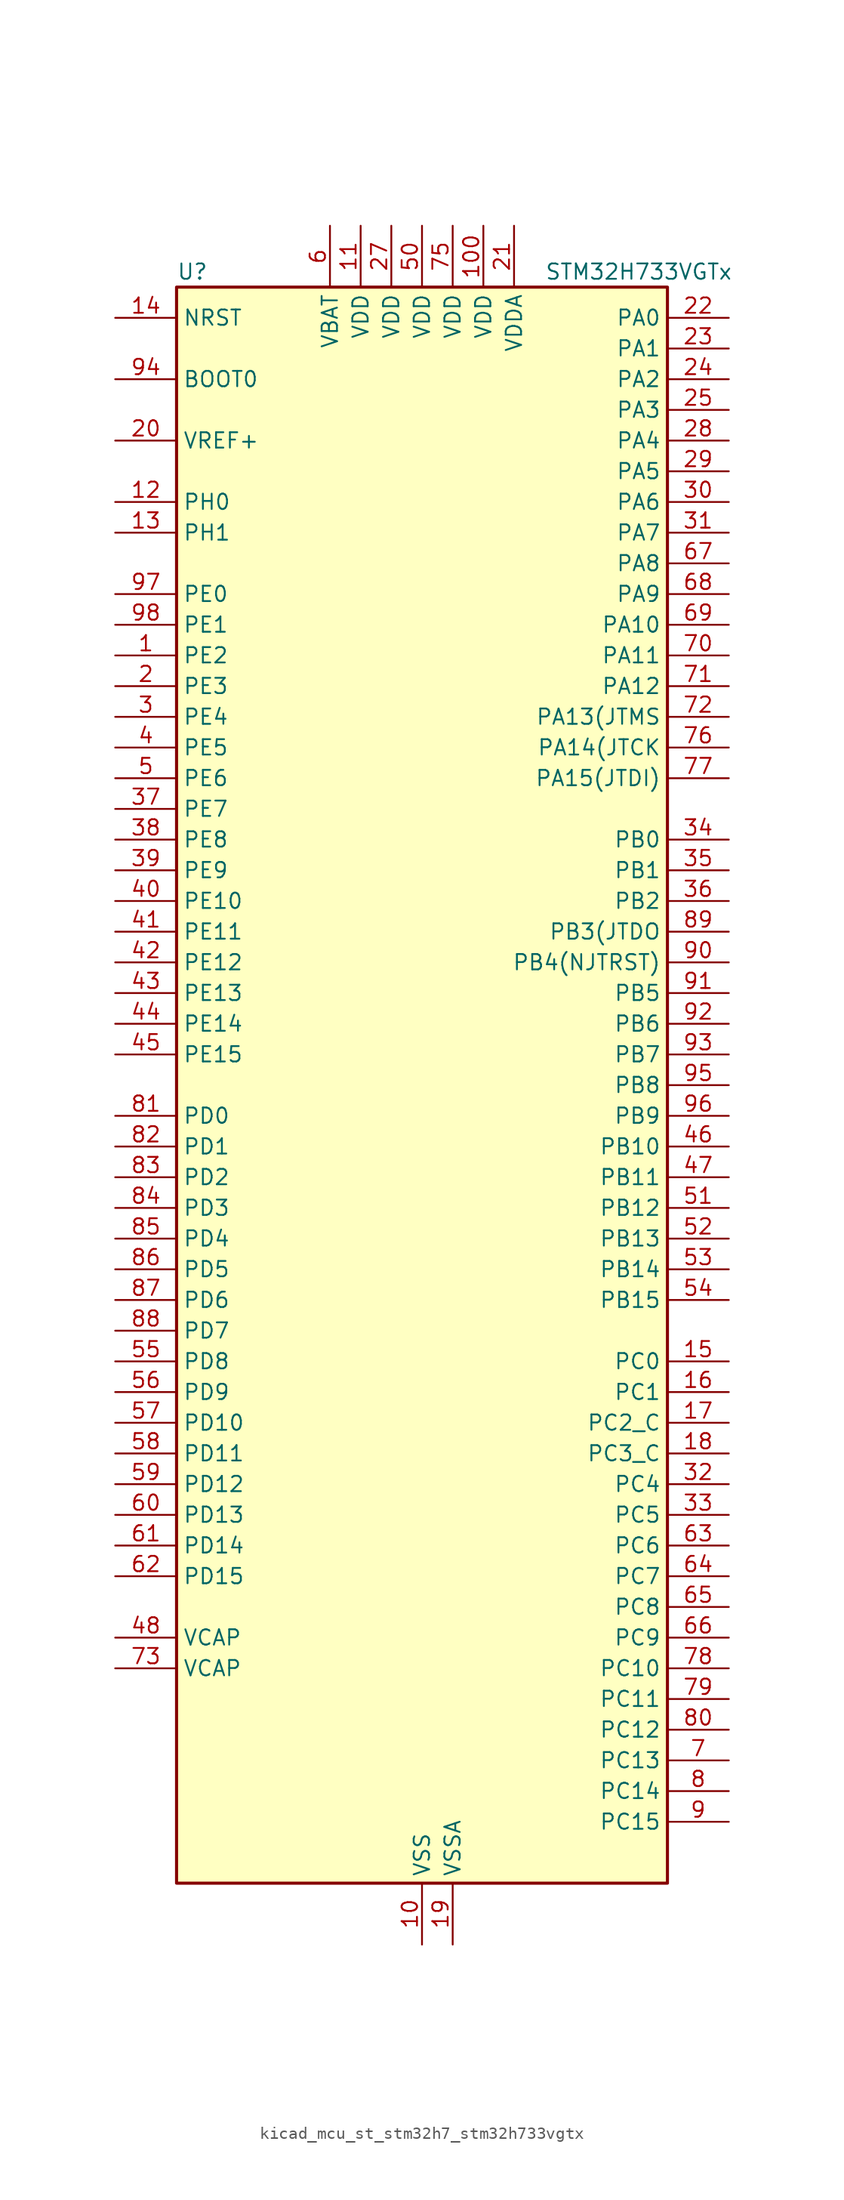
<source format=kicad_sym>
(kicad_symbol_lib
  (version 20220914)
  (generator kicad_symbol_editor)
  (symbol "kicad_mcu_st_stm32h7_stm32h733vgtx"
    (property "Reference" "U"
      (at -20.32 67.31 0)
      (effects (font (size 1.27 1.27)) (justify left)))
    (property "Value" "STM32H733VGTx"
      (at 10.16 67.31 0)
      (effects (font (size 1.27 1.27)) (justify left)))
    (property "ki_locked" ""
      (at 0 0 0)
      (effects (font (size 1.27 1.27))))
    (symbol "kicad_mcu_st_stm32h7_stm32h733vgtx_0_1"
      (rectangle (start -20.32 -66.04) (end 20.32 66.04) (stroke (width 0.254) (type default)) (fill (type background))))
    (symbol "kicad_mcu_st_stm32h7_stm32h733vgtx_1_1"
      (pin bidirectional line (at -25.4 35.56 0) (length 5.08) (name "PE2" (effects (font (size 1.27 1.27)))) (number "1" (effects (font (size 1.27 1.27)))) (alternate "DEBUG_TRACECLK" bidirectional line) (alternate "ETH_TXD3" bidirectional line) (alternate "FMC_A23" bidirectional line) (alternate "OCTOSPIM_P1_IO2" bidirectional line) (alternate "SAI1_CK1" bidirectional line) (alternate "SAI1_MCLK_A" bidirectional line) (alternate "SAI4_CK1" bidirectional line) (alternate "SAI4_MCLK_A" bidirectional line) (alternate "SPI4_SCK" bidirectional line) (alternate "USART10_RX" bidirectional line))
      (pin power_in line (at 0 -71.12 90) (length 5.08) (name "VSS" (effects (font (size 1.27 1.27)))) (number "10" (effects (font (size 1.27 1.27)))))
      (pin power_in line (at 5.08 71.12 270) (length 5.08) (name "VDD" (effects (font (size 1.27 1.27)))) (number "100" (effects (font (size 1.27 1.27)))))
      (pin power_in line (at -5.08 71.12 270) (length 5.08) (name "VDD" (effects (font (size 1.27 1.27)))) (number "11" (effects (font (size 1.27 1.27)))))
      (pin bidirectional line (at -25.4 48.26 0) (length 5.08) (name "PH0" (effects (font (size 1.27 1.27)))) (number "12" (effects (font (size 1.27 1.27)))) (alternate "RCC_OSC_IN" bidirectional line))
      (pin bidirectional line (at -25.4 45.72 0) (length 5.08) (name "PH1" (effects (font (size 1.27 1.27)))) (number "13" (effects (font (size 1.27 1.27)))) (alternate "RCC_OSC_OUT" bidirectional line))
      (pin input line (at -25.4 63.5 0) (length 5.08) (name "NRST" (effects (font (size 1.27 1.27)))) (number "14" (effects (font (size 1.27 1.27)))))
      (pin bidirectional line (at 25.4 -22.86 180) (length 5.08) (name "PC0" (effects (font (size 1.27 1.27)))) (number "15" (effects (font (size 1.27 1.27)))) (alternate "ADC1_INP10" bidirectional line) (alternate "ADC2_INP10" bidirectional line) (alternate "ADC3_INP10" bidirectional line) (alternate "DFSDM1_CKIN0" bidirectional line) (alternate "DFSDM1_DATIN4" bidirectional line) (alternate "FMC_A25" bidirectional line) (alternate "FMC_D12" bidirectional line) (alternate "FMC_DA12" bidirectional line) (alternate "FMC_SDNWE" bidirectional line) (alternate "LTDC_G2" bidirectional line) (alternate "LTDC_R5" bidirectional line) (alternate "SAI4_FS_B" bidirectional line) (alternate "USB_OTG_HS_ULPI_STP" bidirectional line))
      (pin bidirectional line (at 25.4 -25.4 180) (length 5.08) (name "PC1" (effects (font (size 1.27 1.27)))) (number "16" (effects (font (size 1.27 1.27)))) (alternate "ADC1_INN10" bidirectional line) (alternate "ADC1_INP11" bidirectional line) (alternate "ADC2_INN10" bidirectional line) (alternate "ADC2_INP11" bidirectional line) (alternate "ADC3_INN10" bidirectional line) (alternate "ADC3_INP11" bidirectional line) (alternate "DEBUG_TRACED0" bidirectional line) (alternate "DFSDM1_CKIN4" bidirectional line) (alternate "DFSDM1_DATIN0" bidirectional line) (alternate "ETH_MDC" bidirectional line) (alternate "I2S2_SDO" bidirectional line) (alternate "LTDC_G5" bidirectional line) (alternate "MDIOS_MDC" bidirectional line) (alternate "OCTOSPIM_P1_IO4" bidirectional line) (alternate "PWR_WKUP6" bidirectional line) (alternate "RTC_TAMP3" bidirectional line) (alternate "SAI1_D1" bidirectional line) (alternate "SAI1_SD_A" bidirectional line) (alternate "SAI4_D1" bidirectional line) (alternate "SAI4_SD_A" bidirectional line) (alternate "SDMMC2_CK" bidirectional line) (alternate "SPI2_MOSI" bidirectional line))
      (pin bidirectional line (at 25.4 -27.94 180) (length 5.08) (name "PC2_C" (effects (font (size 1.27 1.27)))) (number "17" (effects (font (size 1.27 1.27)))) (alternate "ADC3_INN1" bidirectional line) (alternate "ADC3_INP0" bidirectional line) (alternate "DFSDM1_CKIN1" bidirectional line) (alternate "DFSDM1_CKOUT" bidirectional line) (alternate "ETH_TXD2" bidirectional line) (alternate "FMC_SDNE0" bidirectional line) (alternate "I2S2_SDI" bidirectional line) (alternate "OCTOSPIM_P1_IO2" bidirectional line) (alternate "OCTOSPIM_P1_IO5" bidirectional line) (alternate "PWR_CSTOP" bidirectional line) (alternate "SPI2_MISO" bidirectional line) (alternate "USB_OTG_HS_ULPI_DIR" bidirectional line))
      (pin bidirectional line (at 25.4 -30.48 180) (length 5.08) (name "PC3_C" (effects (font (size 1.27 1.27)))) (number "18" (effects (font (size 1.27 1.27)))) (alternate "ADC3_INP1" bidirectional line) (alternate "DFSDM1_DATIN1" bidirectional line) (alternate "ETH_TX_CLK" bidirectional line) (alternate "FMC_SDCKE0" bidirectional line) (alternate "I2S2_SDO" bidirectional line) (alternate "OCTOSPIM_P1_IO0" bidirectional line) (alternate "OCTOSPIM_P1_IO6" bidirectional line) (alternate "PWR_CSLEEP" bidirectional line) (alternate "SPI2_MOSI" bidirectional line) (alternate "USB_OTG_HS_ULPI_NXT" bidirectional line))
      (pin power_in line (at 2.54 -71.12 90) (length 5.08) (name "VSSA" (effects (font (size 1.27 1.27)))) (number "19" (effects (font (size 1.27 1.27)))))
      (pin bidirectional line (at -25.4 33.02 0) (length 5.08) (name "PE3" (effects (font (size 1.27 1.27)))) (number "2" (effects (font (size 1.27 1.27)))) (alternate "DEBUG_TRACED0" bidirectional line) (alternate "FMC_A19" bidirectional line) (alternate "SAI1_SD_B" bidirectional line) (alternate "SAI4_SD_B" bidirectional line) (alternate "TIM15_BKIN" bidirectional line) (alternate "USART10_TX" bidirectional line))
      (pin input line (at -25.4 53.34 0) (length 5.08) (name "VREF+" (effects (font (size 1.27 1.27)))) (number "20" (effects (font (size 1.27 1.27)))) (alternate "VREFBUF_OUT" bidirectional line))
      (pin power_in line (at 7.62 71.12 270) (length 5.08) (name "VDDA" (effects (font (size 1.27 1.27)))) (number "21" (effects (font (size 1.27 1.27)))))
      (pin bidirectional line (at 25.4 63.5 180) (length 5.08) (name "PA0" (effects (font (size 1.27 1.27)))) (number "22" (effects (font (size 1.27 1.27)))) (alternate "ADC1_INP16" bidirectional line) (alternate "ETH_CRS" bidirectional line) (alternate "FMC_A19" bidirectional line) (alternate "I2S6_WS" bidirectional line) (alternate "PWR_WKUP1" bidirectional line) (alternate "SAI4_SD_B" bidirectional line) (alternate "SDMMC2_CMD" bidirectional line) (alternate "SPI6_NSS" bidirectional line) (alternate "TIM15_BKIN" bidirectional line) (alternate "TIM2_CH1" bidirectional line) (alternate "TIM2_ETR" bidirectional line) (alternate "TIM5_CH1" bidirectional line) (alternate "TIM8_ETR" bidirectional line) (alternate "UART4_TX" bidirectional line) (alternate "USART2_CTS" bidirectional line) (alternate "USART2_NSS" bidirectional line))
      (pin bidirectional line (at 25.4 60.96 180) (length 5.08) (name "PA1" (effects (font (size 1.27 1.27)))) (number "23" (effects (font (size 1.27 1.27)))) (alternate "ADC1_INN16" bidirectional line) (alternate "ADC1_INP17" bidirectional line) (alternate "ETH_REF_CLK" bidirectional line) (alternate "ETH_RX_CLK" bidirectional line) (alternate "LPTIM3_OUT" bidirectional line) (alternate "LTDC_R2" bidirectional line) (alternate "OCTOSPIM_P1_DQS" bidirectional line) (alternate "OCTOSPIM_P1_IO3" bidirectional line) (alternate "SAI4_MCLK_B" bidirectional line) (alternate "TIM15_CH1N" bidirectional line) (alternate "TIM2_CH2" bidirectional line) (alternate "TIM5_CH2" bidirectional line) (alternate "UART4_RX" bidirectional line) (alternate "USART2_DE" bidirectional line) (alternate "USART2_RTS" bidirectional line))
      (pin bidirectional line (at 25.4 58.42 180) (length 5.08) (name "PA2" (effects (font (size 1.27 1.27)))) (number "24" (effects (font (size 1.27 1.27)))) (alternate "ADC1_INP14" bidirectional line) (alternate "ADC2_INP14" bidirectional line) (alternate "ETH_MDIO" bidirectional line) (alternate "LPTIM4_OUT" bidirectional line) (alternate "LTDC_R1" bidirectional line) (alternate "MDIOS_MDIO" bidirectional line) (alternate "OCTOSPIM_P1_IO0" bidirectional line) (alternate "PWR_WKUP2" bidirectional line) (alternate "SAI4_SCK_B" bidirectional line) (alternate "TIM15_CH1" bidirectional line) (alternate "TIM2_CH3" bidirectional line) (alternate "TIM5_CH3" bidirectional line) (alternate "USART2_TX" bidirectional line))
      (pin bidirectional line (at 25.4 55.88 180) (length 5.08) (name "PA3" (effects (font (size 1.27 1.27)))) (number "25" (effects (font (size 1.27 1.27)))) (alternate "ADC1_INP15" bidirectional line) (alternate "ADC2_INP15" bidirectional line) (alternate "ETH_COL" bidirectional line) (alternate "I2S6_MCK" bidirectional line) (alternate "LPTIM5_OUT" bidirectional line) (alternate "LTDC_B2" bidirectional line) (alternate "LTDC_B5" bidirectional line) (alternate "OCTOSPIM_P1_CLK" bidirectional line) (alternate "OCTOSPIM_P1_IO2" bidirectional line) (alternate "TIM15_CH2" bidirectional line) (alternate "TIM2_CH4" bidirectional line) (alternate "TIM5_CH4" bidirectional line) (alternate "USART2_RX" bidirectional line) (alternate "USB_OTG_HS_ULPI_D0" bidirectional line))
      (pin passive line (at 0 -71.12 90) (length 5.08) hide (name "VSS" (effects (font (size 1.27 1.27)))) (number "26" (effects (font (size 1.27 1.27)))))
      (pin power_in line (at -2.54 71.12 270) (length 5.08) (name "VDD" (effects (font (size 1.27 1.27)))) (number "27" (effects (font (size 1.27 1.27)))))
      (pin bidirectional line (at 25.4 53.34 180) (length 5.08) (name "PA4" (effects (font (size 1.27 1.27)))) (number "28" (effects (font (size 1.27 1.27)))) (alternate "ADC1_INP18" bidirectional line) (alternate "ADC2_INP18" bidirectional line) (alternate "DAC1_OUT1" bidirectional line) (alternate "DCMI_HSYNC" bidirectional line) (alternate "FMC_D8" bidirectional line) (alternate "FMC_DA8" bidirectional line) (alternate "I2S1_WS" bidirectional line) (alternate "I2S3_WS" bidirectional line) (alternate "I2S6_WS" bidirectional line) (alternate "LTDC_VSYNC" bidirectional line) (alternate "PSSI_DE" bidirectional line) (alternate "SPI1_NSS" bidirectional line) (alternate "SPI3_NSS" bidirectional line) (alternate "SPI6_NSS" bidirectional line) (alternate "TIM5_ETR" bidirectional line) (alternate "USART2_CK" bidirectional line))
      (pin bidirectional line (at 25.4 50.8 180) (length 5.08) (name "PA5" (effects (font (size 1.27 1.27)))) (number "29" (effects (font (size 1.27 1.27)))) (alternate "ADC1_INN18" bidirectional line) (alternate "ADC1_INP19" bidirectional line) (alternate "ADC2_INN18" bidirectional line) (alternate "ADC2_INP19" bidirectional line) (alternate "DAC1_OUT2" bidirectional line) (alternate "FMC_D9" bidirectional line) (alternate "FMC_DA9" bidirectional line) (alternate "I2S1_CK" bidirectional line) (alternate "I2S6_CK" bidirectional line) (alternate "LTDC_R4" bidirectional line) (alternate "PSSI_D14" bidirectional line) (alternate "PWR_NDSTOP2" bidirectional line) (alternate "SPI1_SCK" bidirectional line) (alternate "SPI6_SCK" bidirectional line) (alternate "TIM2_CH1" bidirectional line) (alternate "TIM2_ETR" bidirectional line) (alternate "TIM8_CH1N" bidirectional line) (alternate "USB_OTG_HS_ULPI_CK" bidirectional line))
      (pin bidirectional line (at -25.4 30.48 0) (length 5.08) (name "PE4" (effects (font (size 1.27 1.27)))) (number "3" (effects (font (size 1.27 1.27)))) (alternate "DCMI_D4" bidirectional line) (alternate "DEBUG_TRACED1" bidirectional line) (alternate "DFSDM1_DATIN3" bidirectional line) (alternate "FMC_A20" bidirectional line) (alternate "LTDC_B0" bidirectional line) (alternate "PSSI_D4" bidirectional line) (alternate "SAI1_D2" bidirectional line) (alternate "SAI1_FS_A" bidirectional line) (alternate "SAI4_D2" bidirectional line) (alternate "SAI4_FS_A" bidirectional line) (alternate "SPI4_NSS" bidirectional line) (alternate "TIM15_CH1N" bidirectional line))
      (pin bidirectional line (at 25.4 48.26 180) (length 5.08) (name "PA6" (effects (font (size 1.27 1.27)))) (number "30" (effects (font (size 1.27 1.27)))) (alternate "ADC1_INP3" bidirectional line) (alternate "ADC2_INP3" bidirectional line) (alternate "DCMI_PIXCLK" bidirectional line) (alternate "I2S1_SDI" bidirectional line) (alternate "I2S6_SDI" bidirectional line) (alternate "LTDC_G2" bidirectional line) (alternate "MDIOS_MDC" bidirectional line) (alternate "OCTOSPIM_P1_IO3" bidirectional line) (alternate "PSSI_PDCK" bidirectional line) (alternate "SPI1_MISO" bidirectional line) (alternate "SPI6_MISO" bidirectional line) (alternate "TIM13_CH1" bidirectional line) (alternate "TIM1_BKIN" bidirectional line) (alternate "TIM1_BKIN_COMP1" bidirectional line) (alternate "TIM1_BKIN_COMP2" bidirectional line) (alternate "TIM3_CH1" bidirectional line) (alternate "TIM8_BKIN" bidirectional line) (alternate "TIM8_BKIN_COMP1" bidirectional line) (alternate "TIM8_BKIN_COMP2" bidirectional line))
      (pin bidirectional line (at 25.4 45.72 180) (length 5.08) (name "PA7" (effects (font (size 1.27 1.27)))) (number "31" (effects (font (size 1.27 1.27)))) (alternate "ADC1_INN3" bidirectional line) (alternate "ADC1_INP7" bidirectional line) (alternate "ADC2_INN3" bidirectional line) (alternate "ADC2_INP7" bidirectional line) (alternate "ETH_CRS_DV" bidirectional line) (alternate "ETH_RX_DV" bidirectional line) (alternate "FMC_SDNWE" bidirectional line) (alternate "I2S1_SDO" bidirectional line) (alternate "I2S6_SDO" bidirectional line) (alternate "LTDC_VSYNC" bidirectional line) (alternate "OCTOSPIM_P1_IO2" bidirectional line) (alternate "OPAMP1_VINM" bidirectional line) (alternate "SPI1_MOSI" bidirectional line) (alternate "SPI6_MOSI" bidirectional line) (alternate "TIM14_CH1" bidirectional line) (alternate "TIM1_CH1N" bidirectional line) (alternate "TIM3_CH2" bidirectional line) (alternate "TIM8_CH1N" bidirectional line))
      (pin bidirectional line (at 25.4 -33.02 180) (length 5.08) (name "PC4" (effects (font (size 1.27 1.27)))) (number "32" (effects (font (size 1.27 1.27)))) (alternate "ADC1_INP4" bidirectional line) (alternate "ADC2_INP4" bidirectional line) (alternate "COMP1_INM" bidirectional line) (alternate "DFSDM1_CKIN2" bidirectional line) (alternate "ETH_RXD0" bidirectional line) (alternate "FMC_A22" bidirectional line) (alternate "FMC_SDNE0" bidirectional line) (alternate "I2S1_MCK" bidirectional line) (alternate "LTDC_R7" bidirectional line) (alternate "OPAMP1_VOUT" bidirectional line) (alternate "SDMMC2_CKIN" bidirectional line) (alternate "SPDIFRX1_IN2" bidirectional line))
      (pin bidirectional line (at 25.4 -35.56 180) (length 5.08) (name "PC5" (effects (font (size 1.27 1.27)))) (number "33" (effects (font (size 1.27 1.27)))) (alternate "ADC1_INN4" bidirectional line) (alternate "ADC1_INP8" bidirectional line) (alternate "ADC2_INN4" bidirectional line) (alternate "ADC2_INP8" bidirectional line) (alternate "COMP1_OUT" bidirectional line) (alternate "DFSDM1_DATIN2" bidirectional line) (alternate "ETH_RXD1" bidirectional line) (alternate "FMC_SDCKE0" bidirectional line) (alternate "LTDC_DE" bidirectional line) (alternate "OCTOSPIM_P1_DQS" bidirectional line) (alternate "OPAMP1_VINM" bidirectional line) (alternate "PSSI_D15" bidirectional line) (alternate "SAI1_D3" bidirectional line) (alternate "SAI4_D3" bidirectional line) (alternate "SPDIFRX1_IN3" bidirectional line))
      (pin bidirectional line (at 25.4 20.32 180) (length 5.08) (name "PB0" (effects (font (size 1.27 1.27)))) (number "34" (effects (font (size 1.27 1.27)))) (alternate "ADC1_INN5" bidirectional line) (alternate "ADC1_INP9" bidirectional line) (alternate "ADC2_INN5" bidirectional line) (alternate "ADC2_INP9" bidirectional line) (alternate "COMP1_INP" bidirectional line) (alternate "DFSDM1_CKOUT" bidirectional line) (alternate "ETH_RXD2" bidirectional line) (alternate "LTDC_G1" bidirectional line) (alternate "LTDC_R3" bidirectional line) (alternate "OCTOSPIM_P1_IO1" bidirectional line) (alternate "OPAMP1_VINP" bidirectional line) (alternate "TIM1_CH2N" bidirectional line) (alternate "TIM3_CH3" bidirectional line) (alternate "TIM8_CH2N" bidirectional line) (alternate "UART4_CTS" bidirectional line) (alternate "USB_OTG_HS_ULPI_D1" bidirectional line))
      (pin bidirectional line (at 25.4 17.78 180) (length 5.08) (name "PB1" (effects (font (size 1.27 1.27)))) (number "35" (effects (font (size 1.27 1.27)))) (alternate "ADC1_INP5" bidirectional line) (alternate "ADC2_INP5" bidirectional line) (alternate "COMP1_INM" bidirectional line) (alternate "DFSDM1_DATIN1" bidirectional line) (alternate "ETH_RXD3" bidirectional line) (alternate "LTDC_G0" bidirectional line) (alternate "LTDC_R6" bidirectional line) (alternate "OCTOSPIM_P1_IO0" bidirectional line) (alternate "TIM1_CH3N" bidirectional line) (alternate "TIM3_CH4" bidirectional line) (alternate "TIM8_CH3N" bidirectional line) (alternate "USB_OTG_HS_ULPI_D2" bidirectional line))
      (pin bidirectional line (at 25.4 15.24 180) (length 5.08) (name "PB2" (effects (font (size 1.27 1.27)))) (number "36" (effects (font (size 1.27 1.27)))) (alternate "COMP1_INP" bidirectional line) (alternate "DFSDM1_CKIN1" bidirectional line) (alternate "ETH_TX_ER" bidirectional line) (alternate "I2S3_SDO" bidirectional line) (alternate "OCTOSPIM_P1_CLK" bidirectional line) (alternate "OCTOSPIM_P1_DQS" bidirectional line) (alternate "RTC_OUT_ALARM" bidirectional line) (alternate "RTC_OUT_CALIB" bidirectional line) (alternate "SAI1_D1" bidirectional line) (alternate "SAI1_SD_A" bidirectional line) (alternate "SAI4_D1" bidirectional line) (alternate "SAI4_SD_A" bidirectional line) (alternate "SPI3_MOSI" bidirectional line) (alternate "TIM23_ETR" bidirectional line))
      (pin bidirectional line (at -25.4 22.86 0) (length 5.08) (name "PE7" (effects (font (size 1.27 1.27)))) (number "37" (effects (font (size 1.27 1.27)))) (alternate "COMP2_INM" bidirectional line) (alternate "DFSDM1_DATIN2" bidirectional line) (alternate "FMC_D4" bidirectional line) (alternate "FMC_DA4" bidirectional line) (alternate "OCTOSPIM_P1_IO4" bidirectional line) (alternate "OPAMP2_VOUT" bidirectional line) (alternate "TIM1_ETR" bidirectional line) (alternate "UART7_RX" bidirectional line))
      (pin bidirectional line (at -25.4 20.32 0) (length 5.08) (name "PE8" (effects (font (size 1.27 1.27)))) (number "38" (effects (font (size 1.27 1.27)))) (alternate "COMP2_OUT" bidirectional line) (alternate "DFSDM1_CKIN2" bidirectional line) (alternate "FMC_D5" bidirectional line) (alternate "FMC_DA5" bidirectional line) (alternate "OCTOSPIM_P1_IO5" bidirectional line) (alternate "OPAMP2_VINM" bidirectional line) (alternate "TIM1_CH1N" bidirectional line) (alternate "UART7_TX" bidirectional line))
      (pin bidirectional line (at -25.4 17.78 0) (length 5.08) (name "PE9" (effects (font (size 1.27 1.27)))) (number "39" (effects (font (size 1.27 1.27)))) (alternate "COMP2_INP" bidirectional line) (alternate "DAC1_EXTI9" bidirectional line) (alternate "DFSDM1_CKOUT" bidirectional line) (alternate "FMC_D6" bidirectional line) (alternate "FMC_DA6" bidirectional line) (alternate "OCTOSPIM_P1_IO6" bidirectional line) (alternate "OPAMP2_VINP" bidirectional line) (alternate "TIM1_CH1" bidirectional line) (alternate "UART7_DE" bidirectional line) (alternate "UART7_RTS" bidirectional line))
      (pin bidirectional line (at -25.4 27.94 0) (length 5.08) (name "PE5" (effects (font (size 1.27 1.27)))) (number "4" (effects (font (size 1.27 1.27)))) (alternate "DCMI_D6" bidirectional line) (alternate "DEBUG_TRACED2" bidirectional line) (alternate "DFSDM1_CKIN3" bidirectional line) (alternate "FMC_A21" bidirectional line) (alternate "LTDC_G0" bidirectional line) (alternate "PSSI_D6" bidirectional line) (alternate "SAI1_CK2" bidirectional line) (alternate "SAI1_SCK_A" bidirectional line) (alternate "SAI4_CK2" bidirectional line) (alternate "SAI4_SCK_A" bidirectional line) (alternate "SPI4_MISO" bidirectional line) (alternate "TIM15_CH1" bidirectional line))
      (pin bidirectional line (at -25.4 15.24 0) (length 5.08) (name "PE10" (effects (font (size 1.27 1.27)))) (number "40" (effects (font (size 1.27 1.27)))) (alternate "COMP2_INM" bidirectional line) (alternate "DFSDM1_DATIN4" bidirectional line) (alternate "FMC_D7" bidirectional line) (alternate "FMC_DA7" bidirectional line) (alternate "OCTOSPIM_P1_IO7" bidirectional line) (alternate "TIM1_CH2N" bidirectional line) (alternate "UART7_CTS" bidirectional line))
      (pin bidirectional line (at -25.4 12.7 0) (length 5.08) (name "PE11" (effects (font (size 1.27 1.27)))) (number "41" (effects (font (size 1.27 1.27)))) (alternate "ADC1_EXTI11" bidirectional line) (alternate "ADC2_EXTI11" bidirectional line) (alternate "ADC3_EXTI11" bidirectional line) (alternate "COMP2_INP" bidirectional line) (alternate "DFSDM1_CKIN4" bidirectional line) (alternate "FMC_D8" bidirectional line) (alternate "FMC_DA8" bidirectional line) (alternate "LTDC_G3" bidirectional line) (alternate "OCTOSPIM_P1_NCS" bidirectional line) (alternate "SAI4_SD_B" bidirectional line) (alternate "SPI4_NSS" bidirectional line) (alternate "TIM1_CH2" bidirectional line))
      (pin bidirectional line (at -25.4 10.16 0) (length 5.08) (name "PE12" (effects (font (size 1.27 1.27)))) (number "42" (effects (font (size 1.27 1.27)))) (alternate "COMP1_OUT" bidirectional line) (alternate "DFSDM1_DATIN5" bidirectional line) (alternate "FMC_D9" bidirectional line) (alternate "FMC_DA9" bidirectional line) (alternate "LTDC_B4" bidirectional line) (alternate "SAI4_SCK_B" bidirectional line) (alternate "SPI4_SCK" bidirectional line) (alternate "TIM1_CH3N" bidirectional line))
      (pin bidirectional line (at -25.4 7.62 0) (length 5.08) (name "PE13" (effects (font (size 1.27 1.27)))) (number "43" (effects (font (size 1.27 1.27)))) (alternate "COMP2_OUT" bidirectional line) (alternate "DFSDM1_CKIN5" bidirectional line) (alternate "FMC_D10" bidirectional line) (alternate "FMC_DA10" bidirectional line) (alternate "LTDC_DE" bidirectional line) (alternate "SAI4_FS_B" bidirectional line) (alternate "SPI4_MISO" bidirectional line) (alternate "TIM1_CH3" bidirectional line))
      (pin bidirectional line (at -25.4 5.08 0) (length 5.08) (name "PE14" (effects (font (size 1.27 1.27)))) (number "44" (effects (font (size 1.27 1.27)))) (alternate "FMC_D11" bidirectional line) (alternate "FMC_DA11" bidirectional line) (alternate "LTDC_CLK" bidirectional line) (alternate "SAI4_MCLK_B" bidirectional line) (alternate "SPI4_MOSI" bidirectional line) (alternate "TIM1_CH4" bidirectional line))
      (pin bidirectional line (at -25.4 2.54 0) (length 5.08) (name "PE15" (effects (font (size 1.27 1.27)))) (number "45" (effects (font (size 1.27 1.27)))) (alternate "ADC1_EXTI15" bidirectional line) (alternate "ADC2_EXTI15" bidirectional line) (alternate "ADC3_EXTI15" bidirectional line) (alternate "FMC_D12" bidirectional line) (alternate "FMC_DA12" bidirectional line) (alternate "LTDC_R7" bidirectional line) (alternate "TIM1_BKIN" bidirectional line) (alternate "TIM1_BKIN_COMP1" bidirectional line) (alternate "TIM1_BKIN_COMP2" bidirectional line) (alternate "USART10_CK" bidirectional line))
      (pin bidirectional line (at 25.4 -5.08 180) (length 5.08) (name "PB10" (effects (font (size 1.27 1.27)))) (number "46" (effects (font (size 1.27 1.27)))) (alternate "DFSDM1_DATIN7" bidirectional line) (alternate "ETH_RX_ER" bidirectional line) (alternate "I2C2_SCL" bidirectional line) (alternate "I2S2_CK" bidirectional line) (alternate "LPTIM2_IN1" bidirectional line) (alternate "LTDC_G4" bidirectional line) (alternate "OCTOSPIM_P1_NCS" bidirectional line) (alternate "SPI2_SCK" bidirectional line) (alternate "TIM2_CH3" bidirectional line) (alternate "USART3_TX" bidirectional line) (alternate "USB_OTG_HS_ULPI_D3" bidirectional line))
      (pin bidirectional line (at 25.4 -7.62 180) (length 5.08) (name "PB11" (effects (font (size 1.27 1.27)))) (number "47" (effects (font (size 1.27 1.27)))) (alternate "ADC1_EXTI11" bidirectional line) (alternate "ADC2_EXTI11" bidirectional line) (alternate "ADC3_EXTI11" bidirectional line) (alternate "DFSDM1_CKIN7" bidirectional line) (alternate "ETH_TX_EN" bidirectional line) (alternate "I2C2_SDA" bidirectional line) (alternate "LPTIM2_ETR" bidirectional line) (alternate "LTDC_G5" bidirectional line) (alternate "TIM2_CH4" bidirectional line) (alternate "USART3_RX" bidirectional line) (alternate "USB_OTG_HS_ULPI_D4" bidirectional line))
      (pin power_out line (at -25.4 -45.72 0) (length 5.08) (name "VCAP" (effects (font (size 1.27 1.27)))) (number "48" (effects (font (size 1.27 1.27)))))
      (pin passive line (at 0 -71.12 90) (length 5.08) hide (name "VSS" (effects (font (size 1.27 1.27)))) (number "49" (effects (font (size 1.27 1.27)))))
      (pin bidirectional line (at -25.4 25.4 0) (length 5.08) (name "PE6" (effects (font (size 1.27 1.27)))) (number "5" (effects (font (size 1.27 1.27)))) (alternate "DCMI_D7" bidirectional line) (alternate "DEBUG_TRACED3" bidirectional line) (alternate "FMC_A22" bidirectional line) (alternate "LTDC_G1" bidirectional line) (alternate "PSSI_D7" bidirectional line) (alternate "SAI1_D1" bidirectional line) (alternate "SAI1_SD_A" bidirectional line) (alternate "SAI4_D1" bidirectional line) (alternate "SAI4_MCLK_B" bidirectional line) (alternate "SAI4_SD_A" bidirectional line) (alternate "SPI4_MOSI" bidirectional line) (alternate "TIM15_CH2" bidirectional line) (alternate "TIM1_BKIN2" bidirectional line) (alternate "TIM1_BKIN2_COMP1" bidirectional line) (alternate "TIM1_BKIN2_COMP2" bidirectional line))
      (pin power_in line (at 0 71.12 270) (length 5.08) (name "VDD" (effects (font (size 1.27 1.27)))) (number "50" (effects (font (size 1.27 1.27)))))
      (pin bidirectional line (at 25.4 -10.16 180) (length 5.08) (name "PB12" (effects (font (size 1.27 1.27)))) (number "51" (effects (font (size 1.27 1.27)))) (alternate "DFSDM1_DATIN1" bidirectional line) (alternate "ETH_TXD0" bidirectional line) (alternate "FDCAN2_RX" bidirectional line) (alternate "I2C2_SMBA" bidirectional line) (alternate "I2S2_WS" bidirectional line) (alternate "OCTOSPIM_P1_IO0" bidirectional line) (alternate "OCTOSPIM_P1_NCLK" bidirectional line) (alternate "SPI2_NSS" bidirectional line) (alternate "TIM1_BKIN" bidirectional line) (alternate "TIM1_BKIN_COMP1" bidirectional line) (alternate "TIM1_BKIN_COMP2" bidirectional line) (alternate "UART5_RX" bidirectional line) (alternate "USART3_CK" bidirectional line) (alternate "USB_OTG_HS_ULPI_D5" bidirectional line))
      (pin bidirectional line (at 25.4 -12.7 180) (length 5.08) (name "PB13" (effects (font (size 1.27 1.27)))) (number "52" (effects (font (size 1.27 1.27)))) (alternate "DCMI_D2" bidirectional line) (alternate "DFSDM1_CKIN1" bidirectional line) (alternate "ETH_TXD1" bidirectional line) (alternate "FDCAN2_TX" bidirectional line) (alternate "I2S2_CK" bidirectional line) (alternate "LPTIM2_OUT" bidirectional line) (alternate "OCTOSPIM_P1_IO2" bidirectional line) (alternate "PSSI_D2" bidirectional line) (alternate "SDMMC1_D0" bidirectional line) (alternate "SPI2_SCK" bidirectional line) (alternate "TIM1_CH1N" bidirectional line) (alternate "UART5_TX" bidirectional line) (alternate "USART3_CTS" bidirectional line) (alternate "USART3_NSS" bidirectional line) (alternate "USB_OTG_HS_ULPI_D6" bidirectional line))
      (pin bidirectional line (at 25.4 -15.24 180) (length 5.08) (name "PB14" (effects (font (size 1.27 1.27)))) (number "53" (effects (font (size 1.27 1.27)))) (alternate "DFSDM1_DATIN2" bidirectional line) (alternate "FMC_D10" bidirectional line) (alternate "FMC_DA10" bidirectional line) (alternate "I2S2_SDI" bidirectional line) (alternate "LTDC_CLK" bidirectional line) (alternate "SDMMC2_D0" bidirectional line) (alternate "SPI2_MISO" bidirectional line) (alternate "TIM12_CH1" bidirectional line) (alternate "TIM1_CH2N" bidirectional line) (alternate "TIM8_CH2N" bidirectional line) (alternate "UART4_DE" bidirectional line) (alternate "UART4_RTS" bidirectional line) (alternate "USART1_TX" bidirectional line) (alternate "USART3_DE" bidirectional line) (alternate "USART3_RTS" bidirectional line))
      (pin bidirectional line (at 25.4 -17.78 180) (length 5.08) (name "PB15" (effects (font (size 1.27 1.27)))) (number "54" (effects (font (size 1.27 1.27)))) (alternate "ADC1_EXTI15" bidirectional line) (alternate "ADC2_EXTI15" bidirectional line) (alternate "ADC3_EXTI15" bidirectional line) (alternate "DFSDM1_CKIN2" bidirectional line) (alternate "FMC_D11" bidirectional line) (alternate "FMC_DA11" bidirectional line) (alternate "I2S2_SDO" bidirectional line) (alternate "LTDC_G7" bidirectional line) (alternate "RTC_REFIN" bidirectional line) (alternate "SDMMC2_D1" bidirectional line) (alternate "SPI2_MOSI" bidirectional line) (alternate "TIM12_CH2" bidirectional line) (alternate "TIM1_CH3N" bidirectional line) (alternate "TIM8_CH3N" bidirectional line) (alternate "UART4_CTS" bidirectional line) (alternate "USART1_RX" bidirectional line))
      (pin bidirectional line (at -25.4 -22.86 0) (length 5.08) (name "PD8" (effects (font (size 1.27 1.27)))) (number "55" (effects (font (size 1.27 1.27)))) (alternate "DFSDM1_CKIN3" bidirectional line) (alternate "FMC_D13" bidirectional line) (alternate "FMC_DA13" bidirectional line) (alternate "SPDIFRX1_IN1" bidirectional line) (alternate "USART3_TX" bidirectional line))
      (pin bidirectional line (at -25.4 -25.4 0) (length 5.08) (name "PD9" (effects (font (size 1.27 1.27)))) (number "56" (effects (font (size 1.27 1.27)))) (alternate "DAC1_EXTI9" bidirectional line) (alternate "DFSDM1_DATIN3" bidirectional line) (alternate "FMC_D14" bidirectional line) (alternate "FMC_DA14" bidirectional line) (alternate "USART3_RX" bidirectional line))
      (pin bidirectional line (at -25.4 -27.94 0) (length 5.08) (name "PD10" (effects (font (size 1.27 1.27)))) (number "57" (effects (font (size 1.27 1.27)))) (alternate "DFSDM1_CKOUT" bidirectional line) (alternate "FMC_D15" bidirectional line) (alternate "FMC_DA15" bidirectional line) (alternate "LTDC_B3" bidirectional line) (alternate "USART3_CK" bidirectional line))
      (pin bidirectional line (at -25.4 -30.48 0) (length 5.08) (name "PD11" (effects (font (size 1.27 1.27)))) (number "58" (effects (font (size 1.27 1.27)))) (alternate "ADC1_EXTI11" bidirectional line) (alternate "ADC2_EXTI11" bidirectional line) (alternate "ADC3_EXTI11" bidirectional line) (alternate "FMC_A16" bidirectional line) (alternate "FMC_CLE" bidirectional line) (alternate "I2C4_SMBA" bidirectional line) (alternate "LPTIM2_IN2" bidirectional line) (alternate "OCTOSPIM_P1_IO0" bidirectional line) (alternate "SAI4_SD_A" bidirectional line) (alternate "USART3_CTS" bidirectional line) (alternate "USART3_NSS" bidirectional line))
      (pin bidirectional line (at -25.4 -33.02 0) (length 5.08) (name "PD12" (effects (font (size 1.27 1.27)))) (number "59" (effects (font (size 1.27 1.27)))) (alternate "DCMI_D12" bidirectional line) (alternate "FDCAN3_RX" bidirectional line) (alternate "FMC_A17" bidirectional line) (alternate "FMC_ALE" bidirectional line) (alternate "I2C4_SCL" bidirectional line) (alternate "LPTIM1_IN1" bidirectional line) (alternate "LPTIM2_IN1" bidirectional line) (alternate "OCTOSPIM_P1_IO1" bidirectional line) (alternate "PSSI_D12" bidirectional line) (alternate "SAI4_FS_A" bidirectional line) (alternate "TIM4_CH1" bidirectional line) (alternate "USART3_DE" bidirectional line) (alternate "USART3_RTS" bidirectional line))
      (pin power_in line (at -7.62 71.12 270) (length 5.08) (name "VBAT" (effects (font (size 1.27 1.27)))) (number "6" (effects (font (size 1.27 1.27)))))
      (pin bidirectional line (at -25.4 -35.56 0) (length 5.08) (name "PD13" (effects (font (size 1.27 1.27)))) (number "60" (effects (font (size 1.27 1.27)))) (alternate "DCMI_D13" bidirectional line) (alternate "FDCAN3_TX" bidirectional line) (alternate "FMC_A18" bidirectional line) (alternate "I2C4_SDA" bidirectional line) (alternate "LPTIM1_OUT" bidirectional line) (alternate "OCTOSPIM_P1_IO3" bidirectional line) (alternate "PSSI_D13" bidirectional line) (alternate "SAI4_SCK_A" bidirectional line) (alternate "TIM4_CH2" bidirectional line) (alternate "UART9_DE" bidirectional line) (alternate "UART9_RTS" bidirectional line))
      (pin bidirectional line (at -25.4 -38.1 0) (length 5.08) (name "PD14" (effects (font (size 1.27 1.27)))) (number "61" (effects (font (size 1.27 1.27)))) (alternate "FMC_D0" bidirectional line) (alternate "FMC_DA0" bidirectional line) (alternate "TIM4_CH3" bidirectional line) (alternate "UART8_CTS" bidirectional line) (alternate "UART9_RX" bidirectional line))
      (pin bidirectional line (at -25.4 -40.64 0) (length 5.08) (name "PD15" (effects (font (size 1.27 1.27)))) (number "62" (effects (font (size 1.27 1.27)))) (alternate "ADC1_EXTI15" bidirectional line) (alternate "ADC2_EXTI15" bidirectional line) (alternate "ADC3_EXTI15" bidirectional line) (alternate "FMC_D1" bidirectional line) (alternate "FMC_DA1" bidirectional line) (alternate "TIM4_CH4" bidirectional line) (alternate "UART8_DE" bidirectional line) (alternate "UART8_RTS" bidirectional line) (alternate "UART9_TX" bidirectional line))
      (pin bidirectional line (at 25.4 -38.1 180) (length 5.08) (name "PC6" (effects (font (size 1.27 1.27)))) (number "63" (effects (font (size 1.27 1.27)))) (alternate "DCMI_D0" bidirectional line) (alternate "DFSDM1_CKIN3" bidirectional line) (alternate "FMC_NWAIT" bidirectional line) (alternate "I2S2_MCK" bidirectional line) (alternate "LTDC_HSYNC" bidirectional line) (alternate "PSSI_D0" bidirectional line) (alternate "SDMMC1_D0DIR" bidirectional line) (alternate "SDMMC1_D6" bidirectional line) (alternate "SDMMC2_D6" bidirectional line) (alternate "SWPMI1_IO" bidirectional line) (alternate "TIM3_CH1" bidirectional line) (alternate "TIM8_CH1" bidirectional line) (alternate "USART6_TX" bidirectional line))
      (pin bidirectional line (at 25.4 -40.64 180) (length 5.08) (name "PC7" (effects (font (size 1.27 1.27)))) (number "64" (effects (font (size 1.27 1.27)))) (alternate "DCMI_D1" bidirectional line) (alternate "DEBUG_TRGIO" bidirectional line) (alternate "DFSDM1_DATIN3" bidirectional line) (alternate "FMC_NE1" bidirectional line) (alternate "I2S3_MCK" bidirectional line) (alternate "LTDC_G6" bidirectional line) (alternate "PSSI_D1" bidirectional line) (alternate "SDMMC1_D123DIR" bidirectional line) (alternate "SDMMC1_D7" bidirectional line) (alternate "SDMMC2_D7" bidirectional line) (alternate "SWPMI1_TX" bidirectional line) (alternate "TIM3_CH2" bidirectional line) (alternate "TIM8_CH2" bidirectional line) (alternate "USART6_RX" bidirectional line))
      (pin bidirectional line (at 25.4 -43.18 180) (length 5.08) (name "PC8" (effects (font (size 1.27 1.27)))) (number "65" (effects (font (size 1.27 1.27)))) (alternate "DCMI_D2" bidirectional line) (alternate "DEBUG_TRACED1" bidirectional line) (alternate "FMC_INT" bidirectional line) (alternate "FMC_NCE" bidirectional line) (alternate "FMC_NE2" bidirectional line) (alternate "PSSI_D2" bidirectional line) (alternate "SDMMC1_D0" bidirectional line) (alternate "SWPMI1_RX" bidirectional line) (alternate "TIM3_CH3" bidirectional line) (alternate "TIM8_CH3" bidirectional line) (alternate "UART5_DE" bidirectional line) (alternate "UART5_RTS" bidirectional line) (alternate "USART6_CK" bidirectional line))
      (pin bidirectional line (at 25.4 -45.72 180) (length 5.08) (name "PC9" (effects (font (size 1.27 1.27)))) (number "66" (effects (font (size 1.27 1.27)))) (alternate "DAC1_EXTI9" bidirectional line) (alternate "DCMI_D3" bidirectional line) (alternate "I2C3_SDA" bidirectional line) (alternate "I2C5_SDA" bidirectional line) (alternate "I2S_CKIN" bidirectional line) (alternate "LTDC_B2" bidirectional line) (alternate "LTDC_G3" bidirectional line) (alternate "OCTOSPIM_P1_IO0" bidirectional line) (alternate "PSSI_D3" bidirectional line) (alternate "RCC_MCO_2" bidirectional line) (alternate "SDMMC1_D1" bidirectional line) (alternate "SWPMI1_SUSPEND" bidirectional line) (alternate "TIM3_CH4" bidirectional line) (alternate "TIM8_CH4" bidirectional line) (alternate "UART5_CTS" bidirectional line))
      (pin bidirectional line (at 25.4 43.18 180) (length 5.08) (name "PA8" (effects (font (size 1.27 1.27)))) (number "67" (effects (font (size 1.27 1.27)))) (alternate "I2C3_SCL" bidirectional line) (alternate "I2C5_SCL" bidirectional line) (alternate "LTDC_B3" bidirectional line) (alternate "LTDC_R6" bidirectional line) (alternate "RCC_MCO_1" bidirectional line) (alternate "TIM1_CH1" bidirectional line) (alternate "TIM8_BKIN2" bidirectional line) (alternate "TIM8_BKIN2_COMP1" bidirectional line) (alternate "TIM8_BKIN2_COMP2" bidirectional line) (alternate "UART7_RX" bidirectional line) (alternate "USART1_CK" bidirectional line) (alternate "USB_OTG_HS_SOF" bidirectional line))
      (pin bidirectional line (at 25.4 40.64 180) (length 5.08) (name "PA9" (effects (font (size 1.27 1.27)))) (number "68" (effects (font (size 1.27 1.27)))) (alternate "DAC1_EXTI9" bidirectional line) (alternate "DCMI_D0" bidirectional line) (alternate "ETH_TX_ER" bidirectional line) (alternate "I2C3_SMBA" bidirectional line) (alternate "I2C5_SMBA" bidirectional line) (alternate "I2S2_CK" bidirectional line) (alternate "LPUART1_TX" bidirectional line) (alternate "LTDC_R5" bidirectional line) (alternate "PSSI_D0" bidirectional line) (alternate "SPI2_SCK" bidirectional line) (alternate "TIM1_CH2" bidirectional line) (alternate "USART1_TX" bidirectional line) (alternate "USB_OTG_HS_VBUS" bidirectional line))
      (pin bidirectional line (at 25.4 38.1 180) (length 5.08) (name "PA10" (effects (font (size 1.27 1.27)))) (number "69" (effects (font (size 1.27 1.27)))) (alternate "DCMI_D1" bidirectional line) (alternate "LPUART1_RX" bidirectional line) (alternate "LTDC_B1" bidirectional line) (alternate "LTDC_B4" bidirectional line) (alternate "MDIOS_MDIO" bidirectional line) (alternate "PSSI_D1" bidirectional line) (alternate "TIM1_CH3" bidirectional line) (alternate "USART1_RX" bidirectional line) (alternate "USB_OTG_HS_ID" bidirectional line))
      (pin bidirectional line (at 25.4 -55.88 180) (length 5.08) (name "PC13" (effects (font (size 1.27 1.27)))) (number "7" (effects (font (size 1.27 1.27)))) (alternate "PWR_WKUP4" bidirectional line) (alternate "RTC_OUT_ALARM" bidirectional line) (alternate "RTC_OUT_CALIB" bidirectional line) (alternate "RTC_TAMP1" bidirectional line) (alternate "RTC_TS" bidirectional line))
      (pin bidirectional line (at 25.4 35.56 180) (length 5.08) (name "PA11" (effects (font (size 1.27 1.27)))) (number "70" (effects (font (size 1.27 1.27)))) (alternate "ADC1_EXTI11" bidirectional line) (alternate "ADC2_EXTI11" bidirectional line) (alternate "ADC3_EXTI11" bidirectional line) (alternate "FDCAN1_RX" bidirectional line) (alternate "I2S2_WS" bidirectional line) (alternate "LPUART1_CTS" bidirectional line) (alternate "LTDC_R4" bidirectional line) (alternate "SPI2_NSS" bidirectional line) (alternate "TIM1_CH4" bidirectional line) (alternate "UART4_RX" bidirectional line) (alternate "USART1_CTS" bidirectional line) (alternate "USART1_NSS" bidirectional line) (alternate "USB_OTG_HS_DM" bidirectional line))
      (pin bidirectional line (at 25.4 33.02 180) (length 5.08) (name "PA12" (effects (font (size 1.27 1.27)))) (number "71" (effects (font (size 1.27 1.27)))) (alternate "FDCAN1_TX" bidirectional line) (alternate "I2S2_CK" bidirectional line) (alternate "LPUART1_DE" bidirectional line) (alternate "LPUART1_RTS" bidirectional line) (alternate "LTDC_R5" bidirectional line) (alternate "SAI4_FS_B" bidirectional line) (alternate "SPI2_SCK" bidirectional line) (alternate "TIM1_BKIN2" bidirectional line) (alternate "TIM1_ETR" bidirectional line) (alternate "UART4_TX" bidirectional line) (alternate "USART1_DE" bidirectional line) (alternate "USART1_RTS" bidirectional line) (alternate "USB_OTG_HS_DP" bidirectional line))
      (pin bidirectional line (at 25.4 30.48 180) (length 5.08) (name "PA13(JTMS" (effects (font (size 1.27 1.27)))) (number "72" (effects (font (size 1.27 1.27)))) (alternate "DEBUG_JTMS-SWDIO" bidirectional line))
      (pin power_out line (at -25.4 -48.26 0) (length 5.08) (name "VCAP" (effects (font (size 1.27 1.27)))) (number "73" (effects (font (size 1.27 1.27)))))
      (pin passive line (at 0 -71.12 90) (length 5.08) hide (name "VSS" (effects (font (size 1.27 1.27)))) (number "74" (effects (font (size 1.27 1.27)))))
      (pin power_in line (at 2.54 71.12 270) (length 5.08) (name "VDD" (effects (font (size 1.27 1.27)))) (number "75" (effects (font (size 1.27 1.27)))))
      (pin bidirectional line (at 25.4 27.94 180) (length 5.08) (name "PA14(JTCK" (effects (font (size 1.27 1.27)))) (number "76" (effects (font (size 1.27 1.27)))) (alternate "DEBUG_JTCK-SWCLK" bidirectional line))
      (pin bidirectional line (at 25.4 25.4 180) (length 5.08) (name "PA15(JTDI)" (effects (font (size 1.27 1.27)))) (number "77" (effects (font (size 1.27 1.27)))) (alternate "ADC1_EXTI15" bidirectional line) (alternate "ADC2_EXTI15" bidirectional line) (alternate "ADC3_EXTI15" bidirectional line) (alternate "CEC" bidirectional line) (alternate "DEBUG_JTDI" bidirectional line) (alternate "I2S1_WS" bidirectional line) (alternate "I2S3_WS" bidirectional line) (alternate "I2S6_WS" bidirectional line) (alternate "LTDC_B6" bidirectional line) (alternate "LTDC_R3" bidirectional line) (alternate "SPI1_NSS" bidirectional line) (alternate "SPI3_NSS" bidirectional line) (alternate "SPI6_NSS" bidirectional line) (alternate "TIM2_CH1" bidirectional line) (alternate "TIM2_ETR" bidirectional line) (alternate "UART4_DE" bidirectional line) (alternate "UART4_RTS" bidirectional line) (alternate "UART7_TX" bidirectional line))
      (pin bidirectional line (at 25.4 -48.26 180) (length 5.08) (name "PC10" (effects (font (size 1.27 1.27)))) (number "78" (effects (font (size 1.27 1.27)))) (alternate "DCMI_D8" bidirectional line) (alternate "DFSDM1_CKIN5" bidirectional line) (alternate "I2C5_SDA" bidirectional line) (alternate "I2S3_CK" bidirectional line) (alternate "LTDC_B1" bidirectional line) (alternate "LTDC_R2" bidirectional line) (alternate "OCTOSPIM_P1_IO1" bidirectional line) (alternate "PSSI_D8" bidirectional line) (alternate "SDMMC1_D2" bidirectional line) (alternate "SPI3_SCK" bidirectional line) (alternate "SWPMI1_RX" bidirectional line) (alternate "UART4_TX" bidirectional line) (alternate "USART3_TX" bidirectional line))
      (pin bidirectional line (at 25.4 -50.8 180) (length 5.08) (name "PC11" (effects (font (size 1.27 1.27)))) (number "79" (effects (font (size 1.27 1.27)))) (alternate "ADC1_EXTI11" bidirectional line) (alternate "ADC2_EXTI11" bidirectional line) (alternate "ADC3_EXTI11" bidirectional line) (alternate "DCMI_D4" bidirectional line) (alternate "DFSDM1_DATIN5" bidirectional line) (alternate "I2C5_SCL" bidirectional line) (alternate "I2S3_SDI" bidirectional line) (alternate "LTDC_B4" bidirectional line) (alternate "OCTOSPIM_P1_NCS" bidirectional line) (alternate "PSSI_D4" bidirectional line) (alternate "SDMMC1_D3" bidirectional line) (alternate "SPI3_MISO" bidirectional line) (alternate "UART4_RX" bidirectional line) (alternate "USART3_RX" bidirectional line))
      (pin bidirectional line (at 25.4 -58.42 180) (length 5.08) (name "PC14" (effects (font (size 1.27 1.27)))) (number "8" (effects (font (size 1.27 1.27)))) (alternate "RCC_OSC32_IN" bidirectional line))
      (pin bidirectional line (at 25.4 -53.34 180) (length 5.08) (name "PC12" (effects (font (size 1.27 1.27)))) (number "80" (effects (font (size 1.27 1.27)))) (alternate "DCMI_D9" bidirectional line) (alternate "DEBUG_TRACED3" bidirectional line) (alternate "FMC_D6" bidirectional line) (alternate "FMC_DA6" bidirectional line) (alternate "I2C5_SMBA" bidirectional line) (alternate "I2S3_SDO" bidirectional line) (alternate "I2S6_CK" bidirectional line) (alternate "LTDC_R6" bidirectional line) (alternate "PSSI_D9" bidirectional line) (alternate "SDMMC1_CK" bidirectional line) (alternate "SPI3_MOSI" bidirectional line) (alternate "SPI6_SCK" bidirectional line) (alternate "TIM15_CH1" bidirectional line) (alternate "UART5_TX" bidirectional line) (alternate "USART3_CK" bidirectional line))
      (pin bidirectional line (at -25.4 -2.54 0) (length 5.08) (name "PD0" (effects (font (size 1.27 1.27)))) (number "81" (effects (font (size 1.27 1.27)))) (alternate "DFSDM1_CKIN6" bidirectional line) (alternate "FDCAN1_RX" bidirectional line) (alternate "FMC_D2" bidirectional line) (alternate "FMC_DA2" bidirectional line) (alternate "LTDC_B1" bidirectional line) (alternate "UART4_RX" bidirectional line) (alternate "UART9_CTS" bidirectional line))
      (pin bidirectional line (at -25.4 -5.08 0) (length 5.08) (name "PD1" (effects (font (size 1.27 1.27)))) (number "82" (effects (font (size 1.27 1.27)))) (alternate "DFSDM1_DATIN6" bidirectional line) (alternate "FDCAN1_TX" bidirectional line) (alternate "FMC_D3" bidirectional line) (alternate "FMC_DA3" bidirectional line) (alternate "UART4_TX" bidirectional line))
      (pin bidirectional line (at -25.4 -7.62 0) (length 5.08) (name "PD2" (effects (font (size 1.27 1.27)))) (number "83" (effects (font (size 1.27 1.27)))) (alternate "DCMI_D11" bidirectional line) (alternate "DEBUG_TRACED2" bidirectional line) (alternate "FMC_D7" bidirectional line) (alternate "FMC_DA7" bidirectional line) (alternate "LTDC_B2" bidirectional line) (alternate "LTDC_B7" bidirectional line) (alternate "PSSI_D11" bidirectional line) (alternate "SDMMC1_CMD" bidirectional line) (alternate "TIM15_BKIN" bidirectional line) (alternate "TIM3_ETR" bidirectional line) (alternate "UART5_RX" bidirectional line))
      (pin bidirectional line (at -25.4 -10.16 0) (length 5.08) (name "PD3" (effects (font (size 1.27 1.27)))) (number "84" (effects (font (size 1.27 1.27)))) (alternate "DCMI_D5" bidirectional line) (alternate "DFSDM1_CKOUT" bidirectional line) (alternate "FMC_CLK" bidirectional line) (alternate "I2S2_CK" bidirectional line) (alternate "LTDC_G7" bidirectional line) (alternate "PSSI_D5" bidirectional line) (alternate "SPI2_SCK" bidirectional line) (alternate "USART2_CTS" bidirectional line) (alternate "USART2_NSS" bidirectional line))
      (pin bidirectional line (at -25.4 -12.7 0) (length 5.08) (name "PD4" (effects (font (size 1.27 1.27)))) (number "85" (effects (font (size 1.27 1.27)))) (alternate "FMC_NOE" bidirectional line) (alternate "OCTOSPIM_P1_IO4" bidirectional line) (alternate "USART2_DE" bidirectional line) (alternate "USART2_RTS" bidirectional line))
      (pin bidirectional line (at -25.4 -15.24 0) (length 5.08) (name "PD5" (effects (font (size 1.27 1.27)))) (number "86" (effects (font (size 1.27 1.27)))) (alternate "FMC_NWE" bidirectional line) (alternate "OCTOSPIM_P1_IO5" bidirectional line) (alternate "USART2_TX" bidirectional line))
      (pin bidirectional line (at -25.4 -17.78 0) (length 5.08) (name "PD6" (effects (font (size 1.27 1.27)))) (number "87" (effects (font (size 1.27 1.27)))) (alternate "DCMI_D10" bidirectional line) (alternate "DFSDM1_CKIN4" bidirectional line) (alternate "DFSDM1_DATIN1" bidirectional line) (alternate "FMC_NWAIT" bidirectional line) (alternate "I2S3_SDO" bidirectional line) (alternate "LTDC_B2" bidirectional line) (alternate "OCTOSPIM_P1_IO6" bidirectional line) (alternate "PSSI_D10" bidirectional line) (alternate "SAI1_D1" bidirectional line) (alternate "SAI1_SD_A" bidirectional line) (alternate "SAI4_D1" bidirectional line) (alternate "SAI4_SD_A" bidirectional line) (alternate "SDMMC2_CK" bidirectional line) (alternate "SPI3_MOSI" bidirectional line) (alternate "USART2_RX" bidirectional line))
      (pin bidirectional line (at -25.4 -20.32 0) (length 5.08) (name "PD7" (effects (font (size 1.27 1.27)))) (number "88" (effects (font (size 1.27 1.27)))) (alternate "DFSDM1_CKIN1" bidirectional line) (alternate "DFSDM1_DATIN4" bidirectional line) (alternate "FMC_NE1" bidirectional line) (alternate "I2S1_SDO" bidirectional line) (alternate "OCTOSPIM_P1_IO7" bidirectional line) (alternate "SDMMC2_CMD" bidirectional line) (alternate "SPDIFRX1_IN0" bidirectional line) (alternate "SPI1_MOSI" bidirectional line) (alternate "USART2_CK" bidirectional line))
      (pin bidirectional line (at 25.4 12.7 180) (length 5.08) (name "PB3(JTDO" (effects (font (size 1.27 1.27)))) (number "89" (effects (font (size 1.27 1.27)))) (alternate "CRS_SYNC" bidirectional line) (alternate "DEBUG_JTDO-SWO" bidirectional line) (alternate "I2S1_CK" bidirectional line) (alternate "I2S3_CK" bidirectional line) (alternate "I2S6_CK" bidirectional line) (alternate "SDMMC2_D2" bidirectional line) (alternate "SPI1_SCK" bidirectional line) (alternate "SPI3_SCK" bidirectional line) (alternate "SPI6_SCK" bidirectional line) (alternate "TIM24_ETR" bidirectional line) (alternate "TIM2_CH2" bidirectional line) (alternate "UART7_RX" bidirectional line))
      (pin bidirectional line (at 25.4 -60.96 180) (length 5.08) (name "PC15" (effects (font (size 1.27 1.27)))) (number "9" (effects (font (size 1.27 1.27)))) (alternate "ADC1_EXTI15" bidirectional line) (alternate "ADC2_EXTI15" bidirectional line) (alternate "ADC3_EXTI15" bidirectional line) (alternate "RCC_OSC32_OUT" bidirectional line))
      (pin bidirectional line (at 25.4 10.16 180) (length 5.08) (name "PB4(NJTRST)" (effects (font (size 1.27 1.27)))) (number "90" (effects (font (size 1.27 1.27)))) (alternate "DEBUG_JTRST" bidirectional line) (alternate "I2S1_SDI" bidirectional line) (alternate "I2S2_WS" bidirectional line) (alternate "I2S3_SDI" bidirectional line) (alternate "I2S6_SDI" bidirectional line) (alternate "SDMMC2_D3" bidirectional line) (alternate "SPI1_MISO" bidirectional line) (alternate "SPI2_NSS" bidirectional line) (alternate "SPI3_MISO" bidirectional line) (alternate "SPI6_MISO" bidirectional line) (alternate "TIM16_BKIN" bidirectional line) (alternate "TIM3_CH1" bidirectional line) (alternate "UART7_TX" bidirectional line))
      (pin bidirectional line (at 25.4 7.62 180) (length 5.08) (name "PB5" (effects (font (size 1.27 1.27)))) (number "91" (effects (font (size 1.27 1.27)))) (alternate "DCMI_D10" bidirectional line) (alternate "ETH_PPS_OUT" bidirectional line) (alternate "FDCAN2_RX" bidirectional line) (alternate "FMC_SDCKE1" bidirectional line) (alternate "I2C1_SMBA" bidirectional line) (alternate "I2C4_SMBA" bidirectional line) (alternate "I2S1_SDO" bidirectional line) (alternate "I2S3_SDO" bidirectional line) (alternate "I2S6_SDO" bidirectional line) (alternate "LTDC_B5" bidirectional line) (alternate "PSSI_D10" bidirectional line) (alternate "SPI1_MOSI" bidirectional line) (alternate "SPI3_MOSI" bidirectional line) (alternate "SPI6_MOSI" bidirectional line) (alternate "TIM17_BKIN" bidirectional line) (alternate "TIM3_CH2" bidirectional line) (alternate "UART5_RX" bidirectional line) (alternate "USB_OTG_HS_ULPI_D7" bidirectional line))
      (pin bidirectional line (at 25.4 5.08 180) (length 5.08) (name "PB6" (effects (font (size 1.27 1.27)))) (number "92" (effects (font (size 1.27 1.27)))) (alternate "CEC" bidirectional line) (alternate "DCMI_D5" bidirectional line) (alternate "DFSDM1_DATIN5" bidirectional line) (alternate "FDCAN2_TX" bidirectional line) (alternate "FMC_SDNE1" bidirectional line) (alternate "I2C1_SCL" bidirectional line) (alternate "I2C4_SCL" bidirectional line) (alternate "LPUART1_TX" bidirectional line) (alternate "OCTOSPIM_P1_NCS" bidirectional line) (alternate "PSSI_D5" bidirectional line) (alternate "TIM16_CH1N" bidirectional line) (alternate "TIM4_CH1" bidirectional line) (alternate "UART5_TX" bidirectional line) (alternate "USART1_TX" bidirectional line))
      (pin bidirectional line (at 25.4 2.54 180) (length 5.08) (name "PB7" (effects (font (size 1.27 1.27)))) (number "93" (effects (font (size 1.27 1.27)))) (alternate "DCMI_VSYNC" bidirectional line) (alternate "DFSDM1_CKIN5" bidirectional line) (alternate "FMC_NL" bidirectional line) (alternate "I2C1_SDA" bidirectional line) (alternate "I2C4_SDA" bidirectional line) (alternate "LPUART1_RX" bidirectional line) (alternate "PSSI_RDY" bidirectional line) (alternate "PWR_PVD_IN" bidirectional line) (alternate "TIM17_CH1N" bidirectional line) (alternate "TIM4_CH2" bidirectional line) (alternate "USART1_RX" bidirectional line))
      (pin input line (at -25.4 58.42 0) (length 5.08) (name "BOOT0" (effects (font (size 1.27 1.27)))) (number "94" (effects (font (size 1.27 1.27)))))
      (pin bidirectional line (at 25.4 0 180) (length 5.08) (name "PB8" (effects (font (size 1.27 1.27)))) (number "95" (effects (font (size 1.27 1.27)))) (alternate "DCMI_D6" bidirectional line) (alternate "DFSDM1_CKIN7" bidirectional line) (alternate "ETH_TXD3" bidirectional line) (alternate "FDCAN1_RX" bidirectional line) (alternate "I2C1_SCL" bidirectional line) (alternate "I2C4_SCL" bidirectional line) (alternate "LTDC_B6" bidirectional line) (alternate "PSSI_D6" bidirectional line) (alternate "SDMMC1_CKIN" bidirectional line) (alternate "SDMMC1_D4" bidirectional line) (alternate "SDMMC2_D4" bidirectional line) (alternate "TIM16_CH1" bidirectional line) (alternate "TIM4_CH3" bidirectional line) (alternate "UART4_RX" bidirectional line))
      (pin bidirectional line (at 25.4 -2.54 180) (length 5.08) (name "PB9" (effects (font (size 1.27 1.27)))) (number "96" (effects (font (size 1.27 1.27)))) (alternate "DAC1_EXTI9" bidirectional line) (alternate "DCMI_D7" bidirectional line) (alternate "DFSDM1_DATIN7" bidirectional line) (alternate "FDCAN1_TX" bidirectional line) (alternate "I2C1_SDA" bidirectional line) (alternate "I2C4_SDA" bidirectional line) (alternate "I2C4_SMBA" bidirectional line) (alternate "I2S2_WS" bidirectional line) (alternate "LTDC_B7" bidirectional line) (alternate "PSSI_D7" bidirectional line) (alternate "SDMMC1_CDIR" bidirectional line) (alternate "SDMMC1_D5" bidirectional line) (alternate "SDMMC2_D5" bidirectional line) (alternate "SPI2_NSS" bidirectional line) (alternate "TIM17_CH1" bidirectional line) (alternate "TIM4_CH4" bidirectional line) (alternate "UART4_TX" bidirectional line))
      (pin bidirectional line (at -25.4 40.64 0) (length 5.08) (name "PE0" (effects (font (size 1.27 1.27)))) (number "97" (effects (font (size 1.27 1.27)))) (alternate "DCMI_D2" bidirectional line) (alternate "FMC_NBL0" bidirectional line) (alternate "LPTIM1_ETR" bidirectional line) (alternate "LPTIM2_ETR" bidirectional line) (alternate "LTDC_R0" bidirectional line) (alternate "PSSI_D2" bidirectional line) (alternate "SAI4_MCLK_A" bidirectional line) (alternate "TIM4_ETR" bidirectional line) (alternate "UART8_RX" bidirectional line))
      (pin bidirectional line (at -25.4 38.1 0) (length 5.08) (name "PE1" (effects (font (size 1.27 1.27)))) (number "98" (effects (font (size 1.27 1.27)))) (alternate "DCMI_D3" bidirectional line) (alternate "FMC_NBL1" bidirectional line) (alternate "LPTIM1_IN2" bidirectional line) (alternate "LTDC_R6" bidirectional line) (alternate "PSSI_D3" bidirectional line) (alternate "UART8_TX" bidirectional line))
      (pin passive line (at 0 -71.12 90) (length 5.08) hide (name "VSS" (effects (font (size 1.27 1.27)))) (number "99" (effects (font (size 1.27 1.27))))))))
</source>
